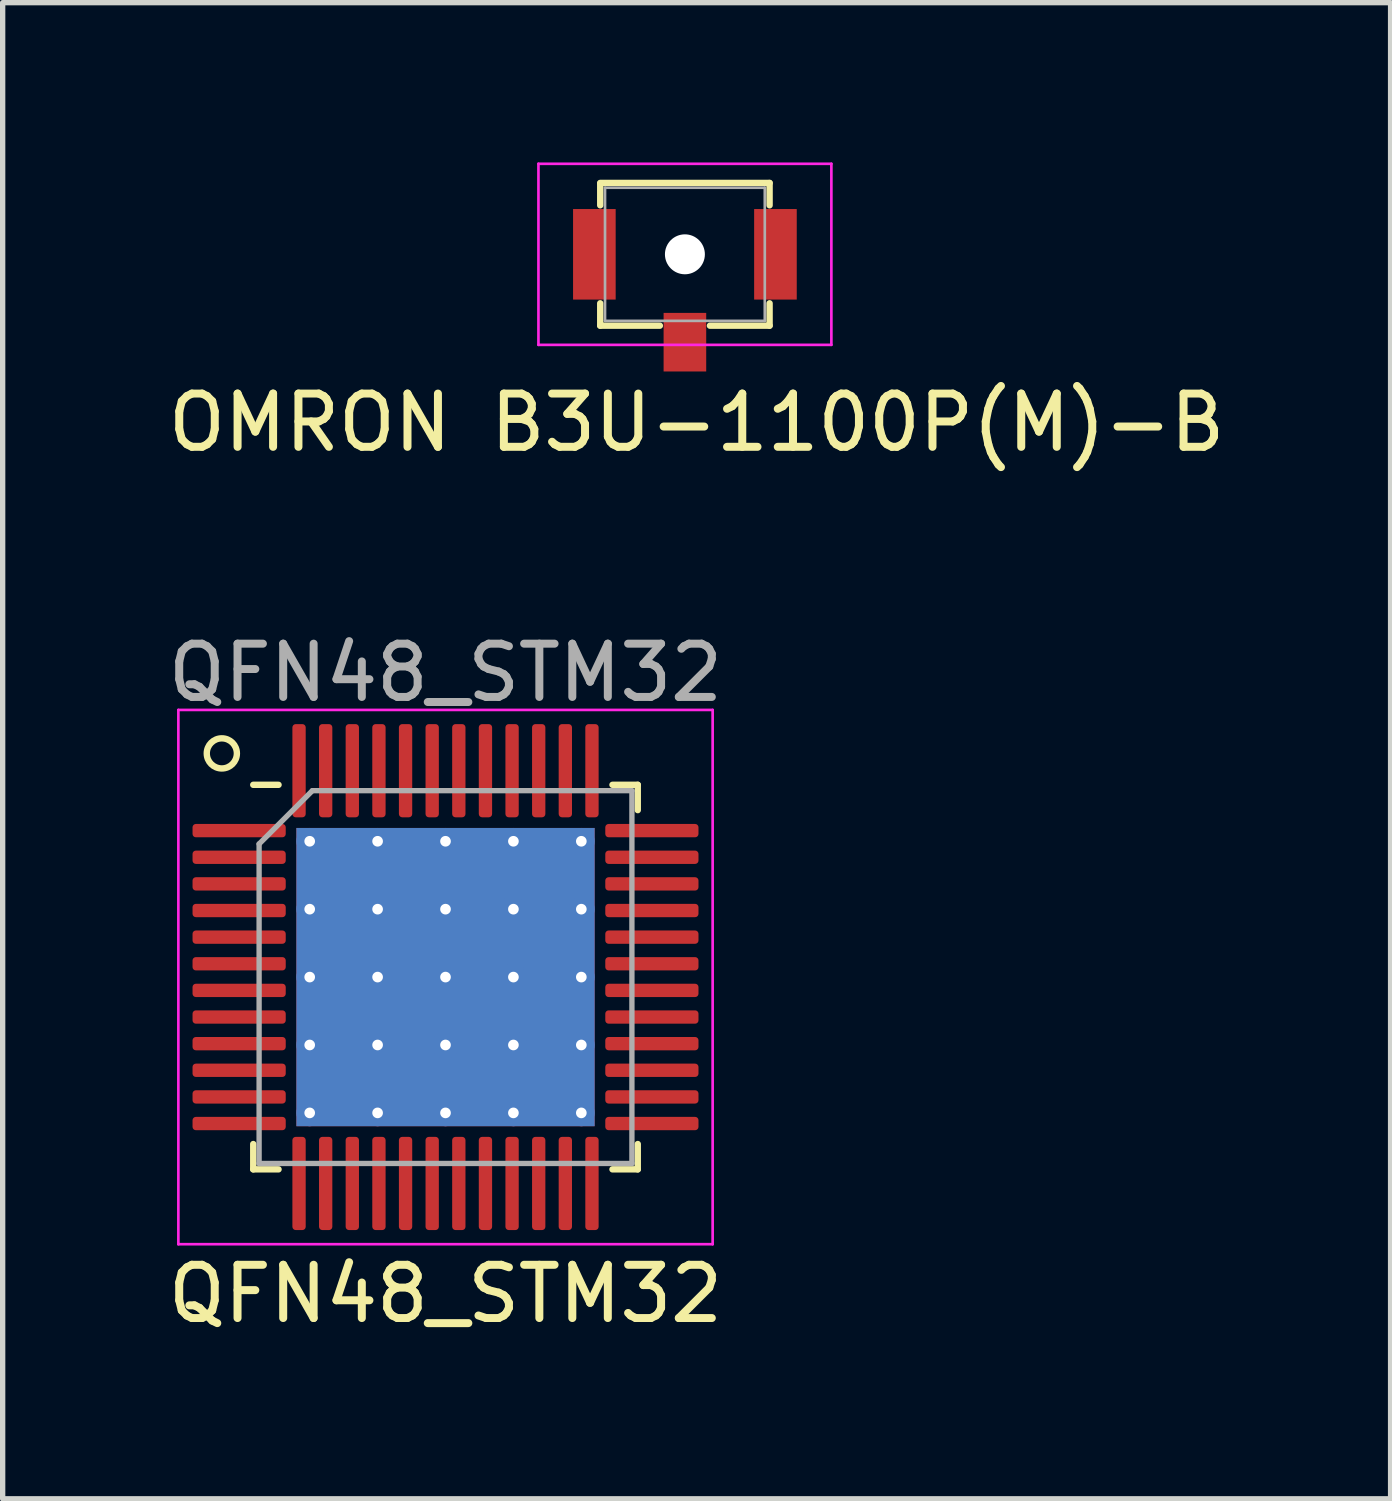
<source format=kicad_pcb>
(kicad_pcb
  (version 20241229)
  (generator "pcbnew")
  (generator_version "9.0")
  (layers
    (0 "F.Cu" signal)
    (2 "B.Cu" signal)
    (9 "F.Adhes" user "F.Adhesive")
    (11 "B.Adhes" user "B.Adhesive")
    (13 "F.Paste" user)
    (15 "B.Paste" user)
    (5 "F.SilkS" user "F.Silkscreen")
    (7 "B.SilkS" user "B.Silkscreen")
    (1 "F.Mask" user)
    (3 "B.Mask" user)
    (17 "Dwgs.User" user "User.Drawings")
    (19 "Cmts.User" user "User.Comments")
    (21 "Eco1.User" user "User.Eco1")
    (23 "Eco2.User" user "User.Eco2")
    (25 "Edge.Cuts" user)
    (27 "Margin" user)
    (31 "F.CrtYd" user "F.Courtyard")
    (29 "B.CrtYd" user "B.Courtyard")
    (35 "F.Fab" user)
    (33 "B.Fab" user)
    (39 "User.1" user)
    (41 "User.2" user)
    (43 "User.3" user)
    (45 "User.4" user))
  (footprint "OMRON B3U-1100P(M)-B"
    (layer "F.Cu")
    (at 9.81 1.725)
    (property "Reference" "OMRON B3U-1100P(M)-B" (at 0.22 3.16 0) (layer "F.SilkS") (effects (font (size 1 1) (thickness 0.15))))
    (attr through_hole)
    (fp_line (start -1.59 -1.33) (end -1.59 -0.92) (stroke (width 0.12) (type solid)) (layer "F.SilkS"))
    (fp_line (start -1.59 1.34) (end -1.59 0.92) (stroke (width 0.12) (type solid)) (layer "F.SilkS"))
    (fp_line (start -1.59 1.34) (end -0.47 1.34) (stroke (width 0.12) (type solid)) (layer "F.SilkS"))
    (fp_line (start 1.59 -1.34) (end -1.59 -1.34) (stroke (width 0.12) (type solid)) (layer "F.SilkS"))
    (fp_line (start 1.59 -1.34) (end 1.59 -0.92) (stroke (width 0.12) (type solid)) (layer "F.SilkS"))
    (fp_line (start 1.59 1.34) (end 0.47 1.34) (stroke (width 0.12) (type solid)) (layer "F.SilkS"))
    (fp_line (start 1.59 1.34) (end 1.59 0.92) (stroke (width 0.12) (type solid)) (layer "F.SilkS"))
    (fp_line (start -2.75 -1.7) (end 2.75 -1.7) (stroke (width 0.05) (type solid)) (layer "F.CrtYd"))
    (fp_line (start -2.75 1.7) (end -2.75 -1.7) (stroke (width 0.05) (type solid)) (layer "F.CrtYd"))
    (fp_line (start 2.75 -1.7) (end 2.75 1.7) (stroke (width 0.05) (type solid)) (layer "F.CrtYd"))
    (fp_line (start 2.75 1.7) (end -2.75 1.7) (stroke (width 0.05) (type solid)) (layer "F.CrtYd"))
    (fp_line (start -1.5 -1.25) (end 1.5 -1.25) (stroke (width 0.05) (type solid)) (layer "F.Fab"))
    (fp_line (start -1.5 1.25) (end -1.5 -1.25) (stroke (width 0.05) (type solid)) (layer "F.Fab"))
    (fp_line (start 1.5 -1.25) (end 1.5 1.25) (stroke (width 0.05) (type solid)) (layer "F.Fab"))
    (fp_line (start 1.5 1.25) (end -1.5 1.25) (stroke (width 0.05) (type solid)) (layer "F.Fab"))
    (pad "" np_thru_hole circle (at 0 0) (size 0.75 0.75) (drill 0.75) (layers "*.Cu" "*.Mask"))
    (pad "1" smd rect (at 1.7 0) (size 0.8 1.7) (layers "F.Cu" "F.Mask" "F.Paste"))
    (pad "2" smd rect (at -1.7 0 180) (size 0.8 1.7) (layers "F.Cu" "F.Mask" "F.Paste"))
    (pad "3" smd rect (at 0 1.65) (size 0.8 1.1) (layers "F.Cu" "F.Mask" "F.Paste")))
  (footprint "QFN48_STM32"
    (layer "F.Cu")
    (at 5.315 15.296)
    (property "Reference" "QFN48_STM32" (at 0 5.947 0) (layer "F.SilkS") (effects (font (size 1 1) (thickness 0.15))))
    (attr through_hole)
    (fp_line (start -3.61 3.61) (end -3.61 3.135) (stroke (width 0.12) (type solid)) (layer "F.SilkS"))
    (fp_line (start -3.135 -3.61) (end -3.61 -3.61) (stroke (width 0.12) (type solid)) (layer "F.SilkS"))
    (fp_line (start -3.135 3.61) (end -3.61 3.61) (stroke (width 0.12) (type solid)) (layer "F.SilkS"))
    (fp_line (start 3.135 -3.61) (end 3.61 -3.61) (stroke (width 0.12) (type solid)) (layer "F.SilkS"))
    (fp_line (start 3.135 3.61) (end 3.61 3.61) (stroke (width 0.12) (type solid)) (layer "F.SilkS"))
    (fp_line (start 3.61 -3.61) (end 3.61 -3.135) (stroke (width 0.12) (type solid)) (layer "F.SilkS"))
    (fp_line (start 3.61 3.61) (end 3.61 3.135) (stroke (width 0.12) (type solid)) (layer "F.SilkS"))
    (fp_circle (center -4.2 -4.2) (end -4 -4) (stroke (width 0.12) (type solid)) (fill no) (layer "F.SilkS"))
    (fp_line (start -5.016 -5.016) (end -5.016 5.016) (stroke (width 0.05) (type solid)) (layer "F.CrtYd"))
    (fp_line (start -5.016 -5.016) (end 5.016 -5.016) (stroke (width 0.05) (type solid)) (layer "F.CrtYd"))
    (fp_line (start -5.016 5.016) (end 5.016 5.016) (stroke (width 0.05) (type solid)) (layer "F.CrtYd"))
    (fp_line (start 5.016 5.016) (end 5.016 -5.016) (stroke (width 0.05) (type solid)) (layer "F.CrtYd"))
    (fp_line (start -3.5 -2.5) (end -2.5 -3.5) (stroke (width 0.1) (type solid)) (layer "F.Fab"))
    (fp_line (start -3.5 3.5) (end -3.5 -2.5) (stroke (width 0.1) (type solid)) (layer "F.Fab"))
    (fp_line (start -2.5 -3.5) (end 3.5 -3.5) (stroke (width 0.1) (type solid)) (layer "F.Fab"))
    (fp_line (start 3.5 -3.5) (end 3.5 3.5) (stroke (width 0.1) (type solid)) (layer "F.Fab"))
    (fp_line (start 3.5 3.5) (end -3.5 3.5) (stroke (width 0.1) (type solid)) (layer "F.Fab"))
    (fp_text user "${REFERENCE}" (at 0 -5.715 0) (layer "F.Fab") (effects (font (size 1 1) (thickness 0.15))))
    (pad "" smd roundrect (at -1.913 -1.913) (size 1.084 1.084) (layers "F.Paste") (roundrect_rratio 0.231))
    (pad "" smd roundrect (at -1.913 -0.637) (size 1.084 1.084) (layers "F.Paste") (roundrect_rratio 0.231))
    (pad "" smd roundrect (at -1.913 0.637) (size 1.084 1.084) (layers "F.Paste") (roundrect_rratio 0.231))
    (pad "" smd roundrect (at -1.913 1.913) (size 1.084 1.084) (layers "F.Paste") (roundrect_rratio 0.231))
    (pad "" smd roundrect (at -0.637 -1.913) (size 1.084 1.084) (layers "F.Paste") (roundrect_rratio 0.231))
    (pad "" smd roundrect (at -0.637 -0.637) (size 1.084 1.084) (layers "F.Paste") (roundrect_rratio 0.231))
    (pad "" smd roundrect (at -0.637 0.637) (size 1.084 1.084) (layers "F.Paste") (roundrect_rratio 0.231))
    (pad "" smd roundrect (at -0.637 1.913) (size 1.084 1.084) (layers "F.Paste") (roundrect_rratio 0.231))
    (pad "" smd roundrect (at 0.637 -1.913) (size 1.084 1.084) (layers "F.Paste") (roundrect_rratio 0.231))
    (pad "" smd roundrect (at 0.637 -0.637) (size 1.084 1.084) (layers "F.Paste") (roundrect_rratio 0.231))
    (pad "" smd roundrect (at 0.637 0.637) (size 1.084 1.084) (layers "F.Paste") (roundrect_rratio 0.231))
    (pad "" smd roundrect (at 0.637 1.913) (size 1.084 1.084) (layers "F.Paste") (roundrect_rratio 0.231))
    (pad "" smd roundrect (at 1.913 -1.913) (size 1.084 1.084) (layers "F.Paste") (roundrect_rratio 0.231))
    (pad "" smd roundrect (at 1.913 -0.637) (size 1.084 1.084) (layers "F.Paste") (roundrect_rratio 0.231))
    (pad "" smd roundrect (at 1.913 0.637) (size 1.084 1.084) (layers "F.Paste") (roundrect_rratio 0.231))
    (pad "" smd roundrect (at 1.913 1.913) (size 1.084 1.084) (layers "F.Paste") (roundrect_rratio 0.231))
    (pad "1" smd roundrect (at -3.875 -2.75) (size 1.75 0.25) (layers "F.Cu" "F.Mask" "F.Paste") (roundrect_rratio 0.25))
    (pad "2" smd roundrect (at -3.875 -2.25) (size 1.75 0.25) (layers "F.Cu" "F.Mask" "F.Paste") (roundrect_rratio 0.25))
    (pad "3" smd roundrect (at -3.875 -1.75) (size 1.75 0.25) (layers "F.Cu" "F.Mask" "F.Paste") (roundrect_rratio 0.25))
    (pad "4" smd roundrect (at -3.875 -1.25) (size 1.75 0.25) (layers "F.Cu" "F.Mask" "F.Paste") (roundrect_rratio 0.25))
    (pad "5" smd roundrect (at -3.875 -0.75) (size 1.75 0.25) (layers "F.Cu" "F.Mask" "F.Paste") (roundrect_rratio 0.25))
    (pad "6" smd roundrect (at -3.875 -0.25) (size 1.75 0.25) (layers "F.Cu" "F.Mask" "F.Paste") (roundrect_rratio 0.25))
    (pad "7" smd roundrect (at -3.875 0.25) (size 1.75 0.25) (layers "F.Cu" "F.Mask" "F.Paste") (roundrect_rratio 0.25))
    (pad "8" smd roundrect (at -3.875 0.75) (size 1.75 0.25) (layers "F.Cu" "F.Mask" "F.Paste") (roundrect_rratio 0.25))
    (pad "9" smd roundrect (at -3.875 1.25) (size 1.75 0.25) (layers "F.Cu" "F.Mask" "F.Paste") (roundrect_rratio 0.25))
    (pad "10" smd roundrect (at -3.875 1.75) (size 1.75 0.25) (layers "F.Cu" "F.Mask" "F.Paste") (roundrect_rratio 0.25))
    (pad "11" smd roundrect (at -3.875 2.25) (size 1.75 0.25) (layers "F.Cu" "F.Mask" "F.Paste") (roundrect_rratio 0.25))
    (pad "12" smd roundrect (at -3.875 2.75) (size 1.75 0.25) (layers "F.Cu" "F.Mask" "F.Paste") (roundrect_rratio 0.25))
    (pad "13" smd roundrect (at -2.75 3.875) (size 0.25 1.75) (layers "F.Cu" "F.Mask" "F.Paste") (roundrect_rratio 0.25))
    (pad "14" smd roundrect (at -2.25 3.875) (size 0.25 1.75) (layers "F.Cu" "F.Mask" "F.Paste") (roundrect_rratio 0.25))
    (pad "15" smd roundrect (at -1.75 3.875) (size 0.25 1.75) (layers "F.Cu" "F.Mask" "F.Paste") (roundrect_rratio 0.25))
    (pad "16" smd roundrect (at -1.25 3.875) (size 0.25 1.75) (layers "F.Cu" "F.Mask" "F.Paste") (roundrect_rratio 0.25))
    (pad "17" smd roundrect (at -0.75 3.875) (size 0.25 1.75) (layers "F.Cu" "F.Mask" "F.Paste") (roundrect_rratio 0.25))
    (pad "18" smd roundrect (at -0.25 3.875) (size 0.25 1.75) (layers "F.Cu" "F.Mask" "F.Paste") (roundrect_rratio 0.25))
    (pad "19" smd roundrect (at 0.25 3.875) (size 0.25 1.75) (layers "F.Cu" "F.Mask" "F.Paste") (roundrect_rratio 0.25))
    (pad "20" smd roundrect (at 0.75 3.875) (size 0.25 1.75) (layers "F.Cu" "F.Mask" "F.Paste") (roundrect_rratio 0.25))
    (pad "21" smd roundrect (at 1.25 3.875) (size 0.25 1.75) (layers "F.Cu" "F.Mask" "F.Paste") (roundrect_rratio 0.25))
    (pad "22" smd roundrect (at 1.75 3.875) (size 0.25 1.75) (layers "F.Cu" "F.Mask" "F.Paste") (roundrect_rratio 0.25))
    (pad "23" smd roundrect (at 2.25 3.875) (size 0.25 1.75) (layers "F.Cu" "F.Mask" "F.Paste") (roundrect_rratio 0.25))
    (pad "24" smd roundrect (at 2.75 3.875) (size 0.25 1.75) (layers "F.Cu" "F.Mask" "F.Paste") (roundrect_rratio 0.25))
    (pad "25" smd roundrect (at 3.875 2.75) (size 1.75 0.25) (layers "F.Cu" "F.Mask" "F.Paste") (roundrect_rratio 0.25))
    (pad "26" smd roundrect (at 3.875 2.25) (size 1.75 0.25) (layers "F.Cu" "F.Mask" "F.Paste") (roundrect_rratio 0.25))
    (pad "27" smd roundrect (at 3.875 1.75) (size 1.75 0.25) (layers "F.Cu" "F.Mask" "F.Paste") (roundrect_rratio 0.25))
    (pad "28" smd roundrect (at 3.875 1.25) (size 1.75 0.25) (layers "F.Cu" "F.Mask" "F.Paste") (roundrect_rratio 0.25))
    (pad "29" smd roundrect (at 3.875 0.75) (size 1.75 0.25) (layers "F.Cu" "F.Mask" "F.Paste") (roundrect_rratio 0.25))
    (pad "30" smd roundrect (at 3.875 0.25) (size 1.75 0.25) (layers "F.Cu" "F.Mask" "F.Paste") (roundrect_rratio 0.25))
    (pad "31" smd roundrect (at 3.875 -0.25) (size 1.75 0.25) (layers "F.Cu" "F.Mask" "F.Paste") (roundrect_rratio 0.25))
    (pad "32" smd roundrect (at 3.875 -0.75) (size 1.75 0.25) (layers "F.Cu" "F.Mask" "F.Paste") (roundrect_rratio 0.25))
    (pad "33" smd roundrect (at 3.875 -1.25) (size 1.75 0.25) (layers "F.Cu" "F.Mask" "F.Paste") (roundrect_rratio 0.25))
    (pad "34" smd roundrect (at 3.875 -1.75) (size 1.75 0.25) (layers "F.Cu" "F.Mask" "F.Paste") (roundrect_rratio 0.25))
    (pad "35" smd roundrect (at 3.875 -2.25) (size 1.75 0.25) (layers "F.Cu" "F.Mask" "F.Paste") (roundrect_rratio 0.25))
    (pad "36" smd roundrect (at 3.875 -2.75) (size 1.75 0.25) (layers "F.Cu" "F.Mask" "F.Paste") (roundrect_rratio 0.25))
    (pad "37" smd roundrect (at 2.75 -3.875) (size 0.25 1.75) (layers "F.Cu" "F.Mask" "F.Paste") (roundrect_rratio 0.25))
    (pad "38" smd roundrect (at 2.25 -3.875) (size 0.25 1.75) (layers "F.Cu" "F.Mask" "F.Paste") (roundrect_rratio 0.25))
    (pad "39" smd roundrect (at 1.75 -3.875) (size 0.25 1.75) (layers "F.Cu" "F.Mask" "F.Paste") (roundrect_rratio 0.25))
    (pad "40" smd roundrect (at 1.25 -3.875) (size 0.25 1.75) (layers "F.Cu" "F.Mask" "F.Paste") (roundrect_rratio 0.25))
    (pad "41" smd roundrect (at 0.75 -3.875) (size 0.25 1.75) (layers "F.Cu" "F.Mask" "F.Paste") (roundrect_rratio 0.25))
    (pad "42" smd roundrect (at 0.25 -3.875) (size 0.25 1.75) (layers "F.Cu" "F.Mask" "F.Paste") (roundrect_rratio 0.25))
    (pad "43" smd roundrect (at -0.25 -3.875) (size 0.25 1.75) (layers "F.Cu" "F.Mask" "F.Paste") (roundrect_rratio 0.25))
    (pad "44" smd roundrect (at -0.75 -3.875) (size 0.25 1.75) (layers "F.Cu" "F.Mask" "F.Paste") (roundrect_rratio 0.25))
    (pad "45" smd roundrect (at -1.25 -3.875) (size 0.25 1.75) (layers "F.Cu" "F.Mask" "F.Paste") (roundrect_rratio 0.25))
    (pad "46" smd roundrect (at -1.75 -3.875) (size 0.25 1.75) (layers "F.Cu" "F.Mask" "F.Paste") (roundrect_rratio 0.25))
    (pad "47" smd roundrect (at -2.25 -3.875) (size 0.25 1.75) (layers "F.Cu" "F.Mask" "F.Paste") (roundrect_rratio 0.25))
    (pad "48" smd roundrect (at -2.75 -3.875) (size 0.25 1.75) (layers "F.Cu" "F.Mask" "F.Paste") (roundrect_rratio 0.25))
    (pad "49" thru_hole circle (at -2.55 -2.55) (size 0.5 0.5) (drill 0.2) (layers "*.Cu"))
    (pad "49" thru_hole circle (at -2.55 -1.275) (size 0.5 0.5) (drill 0.2) (layers "*.Cu"))
    (pad "49" thru_hole circle (at -2.55 0) (size 0.5 0.5) (drill 0.2) (layers "*.Cu"))
    (pad "49" thru_hole circle (at -2.55 1.275) (size 0.5 0.5) (drill 0.2) (layers "*.Cu"))
    (pad "49" thru_hole circle (at -2.55 2.55) (size 0.5 0.5) (drill 0.2) (layers "*.Cu"))
    (pad "49" thru_hole circle (at -1.275 -2.55) (size 0.5 0.5) (drill 0.2) (layers "*.Cu"))
    (pad "49" thru_hole circle (at -1.275 -1.275) (size 0.5 0.5) (drill 0.2) (layers "*.Cu"))
    (pad "49" thru_hole circle (at -1.275 0) (size 0.5 0.5) (drill 0.2) (layers "*.Cu"))
    (pad "49" thru_hole circle (at -1.275 1.275) (size 0.5 0.5) (drill 0.2) (layers "*.Cu"))
    (pad "49" thru_hole circle (at -1.275 2.55) (size 0.5 0.5) (drill 0.2) (layers "*.Cu"))
    (pad "49" thru_hole circle (at 0 -2.55) (size 0.5 0.5) (drill 0.2) (layers "*.Cu"))
    (pad "49" thru_hole circle (at 0 -1.275) (size 0.5 0.5) (drill 0.2) (layers "*.Cu"))
    (pad "49" thru_hole circle (at 0 0) (size 0.5 0.5) (drill 0.2) (layers "*.Cu"))
    (pad "49" smd rect (at 0 0) (size 5.6 5.6) (layers "F.Cu" "F.Mask"))
    (pad "49" smd rect (at 0 0) (size 5.6 5.6) (layers "B.Cu"))
    (pad "49" thru_hole circle (at 0 1.275) (size 0.5 0.5) (drill 0.2) (layers "*.Cu"))
    (pad "49" thru_hole circle (at 0 2.55) (size 0.5 0.5) (drill 0.2) (layers "*.Cu"))
    (pad "49" thru_hole circle (at 1.275 -2.55) (size 0.5 0.5) (drill 0.2) (layers "*.Cu"))
    (pad "49" thru_hole circle (at 1.275 -1.275) (size 0.5 0.5) (drill 0.2) (layers "*.Cu"))
    (pad "49" thru_hole circle (at 1.275 0) (size 0.5 0.5) (drill 0.2) (layers "*.Cu"))
    (pad "49" thru_hole circle (at 1.275 1.275) (size 0.5 0.5) (drill 0.2) (layers "*.Cu"))
    (pad "49" thru_hole circle (at 1.275 2.55) (size 0.5 0.5) (drill 0.2) (layers "*.Cu"))
    (pad "49" thru_hole circle (at 2.55 -2.55) (size 0.5 0.5) (drill 0.2) (layers "*.Cu"))
    (pad "49" thru_hole circle (at 2.55 -1.275) (size 0.5 0.5) (drill 0.2) (layers "*.Cu"))
    (pad "49" thru_hole circle (at 2.55 0) (size 0.5 0.5) (drill 0.2) (layers "*.Cu"))
    (pad "49" thru_hole circle (at 2.55 1.275) (size 0.5 0.5) (drill 0.2) (layers "*.Cu"))
    (pad "49" thru_hole circle (at 2.55 2.55) (size 0.5 0.5) (drill 0.2) (layers "*.Cu")))
  (gr_rect
    (start -3 -3)
    (end 23.06 25.092)
    (stroke (width 0.1) (type default))
    (fill no)
    (layer "Edge.Cuts")))
</source>
